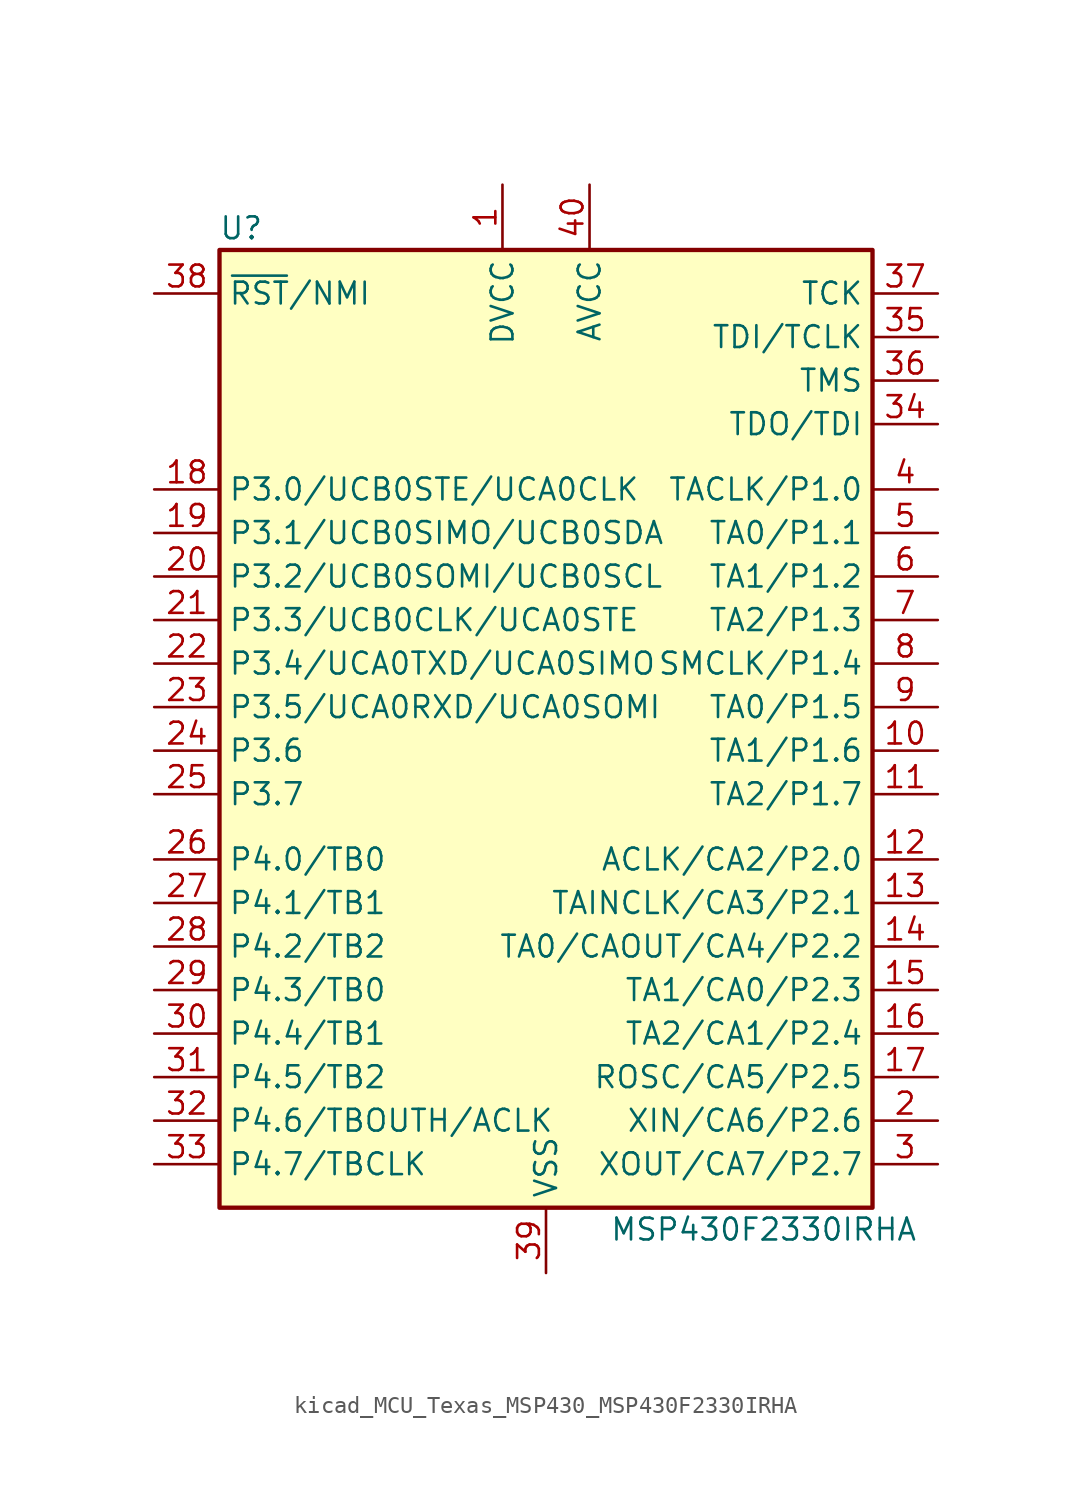
<source format=kicad_sym>
(kicad_symbol_lib
  (version 20220914)
  (generator kicad_symbol_editor)
  (symbol "kicad_MCU_Texas_MSP430_MSP430F2330IRHA"
    (property "Reference" "U"
      (at -17.78 29.21 0)
      (effects (font (size 1.27 1.27))))
    (property "Value" "MSP430F2330IRHA"
      (at 12.7 -29.21 0)
      (effects (font (size 1.27 1.27))))
    (symbol "kicad_MCU_Texas_MSP430_MSP430F2330IRHA_0_1"
      (rectangle (start -19.05 27.94) (end 19.05 -27.94) (stroke (width 0.254) (type default)) (fill (type background))))
    (symbol "kicad_MCU_Texas_MSP430_MSP430F2330IRHA_1_1"
      (pin power_in line (at -2.54 31.75 270) (length 3.81) (name "DVCC" (effects (font (size 1.27 1.27)))) (number "1" (effects (font (size 1.27 1.27)))))
      (pin bidirectional line (at 22.86 -1.27 180) (length 3.81) (name "TA1/P1.6" (effects (font (size 1.27 1.27)))) (number "10" (effects (font (size 1.27 1.27)))))
      (pin bidirectional line (at 22.86 -3.81 180) (length 3.81) (name "TA2/P1.7" (effects (font (size 1.27 1.27)))) (number "11" (effects (font (size 1.27 1.27)))))
      (pin bidirectional line (at 22.86 -7.62 180) (length 3.81) (name "ACLK/CA2/P2.0" (effects (font (size 1.27 1.27)))) (number "12" (effects (font (size 1.27 1.27)))))
      (pin bidirectional line (at 22.86 -10.16 180) (length 3.81) (name "TAINCLK/CA3/P2.1" (effects (font (size 1.27 1.27)))) (number "13" (effects (font (size 1.27 1.27)))))
      (pin bidirectional line (at 22.86 -12.7 180) (length 3.81) (name "TA0/CAOUT/CA4/P2.2" (effects (font (size 1.27 1.27)))) (number "14" (effects (font (size 1.27 1.27)))))
      (pin bidirectional line (at 22.86 -15.24 180) (length 3.81) (name "TA1/CA0/P2.3" (effects (font (size 1.27 1.27)))) (number "15" (effects (font (size 1.27 1.27)))))
      (pin bidirectional line (at 22.86 -17.78 180) (length 3.81) (name "TA2/CA1/P2.4" (effects (font (size 1.27 1.27)))) (number "16" (effects (font (size 1.27 1.27)))))
      (pin bidirectional line (at 22.86 -20.32 180) (length 3.81) (name "ROSC/CA5/P2.5" (effects (font (size 1.27 1.27)))) (number "17" (effects (font (size 1.27 1.27)))))
      (pin bidirectional line (at -22.86 13.97 0) (length 3.81) (name "P3.0/UCB0STE/UCA0CLK" (effects (font (size 1.27 1.27)))) (number "18" (effects (font (size 1.27 1.27)))))
      (pin bidirectional line (at -22.86 11.43 0) (length 3.81) (name "P3.1/UCB0SIMO/UCB0SDA" (effects (font (size 1.27 1.27)))) (number "19" (effects (font (size 1.27 1.27)))))
      (pin bidirectional line (at 22.86 -22.86 180) (length 3.81) (name "XIN/CA6/P2.6" (effects (font (size 1.27 1.27)))) (number "2" (effects (font (size 1.27 1.27)))))
      (pin bidirectional line (at -22.86 8.89 0) (length 3.81) (name "P3.2/UCB0SOMI/UCB0SCL" (effects (font (size 1.27 1.27)))) (number "20" (effects (font (size 1.27 1.27)))))
      (pin bidirectional line (at -22.86 6.35 0) (length 3.81) (name "P3.3/UCB0CLK/UCA0STE" (effects (font (size 1.27 1.27)))) (number "21" (effects (font (size 1.27 1.27)))))
      (pin bidirectional line (at -22.86 3.81 0) (length 3.81) (name "P3.4/UCA0TXD/UCA0SIMO" (effects (font (size 1.27 1.27)))) (number "22" (effects (font (size 1.27 1.27)))))
      (pin bidirectional line (at -22.86 1.27 0) (length 3.81) (name "P3.5/UCA0RXD/UCA0SOMI" (effects (font (size 1.27 1.27)))) (number "23" (effects (font (size 1.27 1.27)))))
      (pin bidirectional line (at -22.86 -1.27 0) (length 3.81) (name "P3.6" (effects (font (size 1.27 1.27)))) (number "24" (effects (font (size 1.27 1.27)))))
      (pin bidirectional line (at -22.86 -3.81 0) (length 3.81) (name "P3.7" (effects (font (size 1.27 1.27)))) (number "25" (effects (font (size 1.27 1.27)))))
      (pin bidirectional line (at -22.86 -7.62 0) (length 3.81) (name "P4.0/TB0" (effects (font (size 1.27 1.27)))) (number "26" (effects (font (size 1.27 1.27)))))
      (pin bidirectional line (at -22.86 -10.16 0) (length 3.81) (name "P4.1/TB1" (effects (font (size 1.27 1.27)))) (number "27" (effects (font (size 1.27 1.27)))))
      (pin bidirectional line (at -22.86 -12.7 0) (length 3.81) (name "P4.2/TB2" (effects (font (size 1.27 1.27)))) (number "28" (effects (font (size 1.27 1.27)))))
      (pin bidirectional line (at -22.86 -15.24 0) (length 3.81) (name "P4.3/TB0" (effects (font (size 1.27 1.27)))) (number "29" (effects (font (size 1.27 1.27)))))
      (pin bidirectional line (at 22.86 -25.4 180) (length 3.81) (name "XOUT/CA7/P2.7" (effects (font (size 1.27 1.27)))) (number "3" (effects (font (size 1.27 1.27)))))
      (pin bidirectional line (at -22.86 -17.78 0) (length 3.81) (name "P4.4/TB1" (effects (font (size 1.27 1.27)))) (number "30" (effects (font (size 1.27 1.27)))))
      (pin bidirectional line (at -22.86 -20.32 0) (length 3.81) (name "P4.5/TB2" (effects (font (size 1.27 1.27)))) (number "31" (effects (font (size 1.27 1.27)))))
      (pin bidirectional line (at -22.86 -22.86 0) (length 3.81) (name "P4.6/TBOUTH/ACLK" (effects (font (size 1.27 1.27)))) (number "32" (effects (font (size 1.27 1.27)))))
      (pin bidirectional line (at -22.86 -25.4 0) (length 3.81) (name "P4.7/TBCLK" (effects (font (size 1.27 1.27)))) (number "33" (effects (font (size 1.27 1.27)))))
      (pin bidirectional line (at 22.86 17.78 180) (length 3.81) (name "TDO/TDI" (effects (font (size 1.27 1.27)))) (number "34" (effects (font (size 1.27 1.27)))))
      (pin input line (at 22.86 22.86 180) (length 3.81) (name "TDI/TCLK" (effects (font (size 1.27 1.27)))) (number "35" (effects (font (size 1.27 1.27)))))
      (pin input line (at 22.86 20.32 180) (length 3.81) (name "TMS" (effects (font (size 1.27 1.27)))) (number "36" (effects (font (size 1.27 1.27)))))
      (pin input line (at 22.86 25.4 180) (length 3.81) (name "TCK" (effects (font (size 1.27 1.27)))) (number "37" (effects (font (size 1.27 1.27)))))
      (pin input line (at -22.86 25.4 0) (length 3.81) (name "~{RST}/NMI" (effects (font (size 1.27 1.27)))) (number "38" (effects (font (size 1.27 1.27)))))
      (pin power_in line (at 0 -31.75 90) (length 3.81) (name "VSS" (effects (font (size 1.27 1.27)))) (number "39" (effects (font (size 1.27 1.27)))))
      (pin bidirectional line (at 22.86 13.97 180) (length 3.81) (name "TACLK/P1.0" (effects (font (size 1.27 1.27)))) (number "4" (effects (font (size 1.27 1.27)))))
      (pin power_in line (at 2.54 31.75 270) (length 3.81) (name "AVCC" (effects (font (size 1.27 1.27)))) (number "40" (effects (font (size 1.27 1.27)))))
      (pin bidirectional line (at 22.86 11.43 180) (length 3.81) (name "TA0/P1.1" (effects (font (size 1.27 1.27)))) (number "5" (effects (font (size 1.27 1.27)))))
      (pin bidirectional line (at 22.86 8.89 180) (length 3.81) (name "TA1/P1.2" (effects (font (size 1.27 1.27)))) (number "6" (effects (font (size 1.27 1.27)))))
      (pin bidirectional line (at 22.86 6.35 180) (length 3.81) (name "TA2/P1.3" (effects (font (size 1.27 1.27)))) (number "7" (effects (font (size 1.27 1.27)))))
      (pin bidirectional line (at 22.86 3.81 180) (length 3.81) (name "SMCLK/P1.4" (effects (font (size 1.27 1.27)))) (number "8" (effects (font (size 1.27 1.27)))))
      (pin bidirectional line (at 22.86 1.27 180) (length 3.81) (name "TA0/P1.5" (effects (font (size 1.27 1.27)))) (number "9" (effects (font (size 1.27 1.27))))))))
</source>
